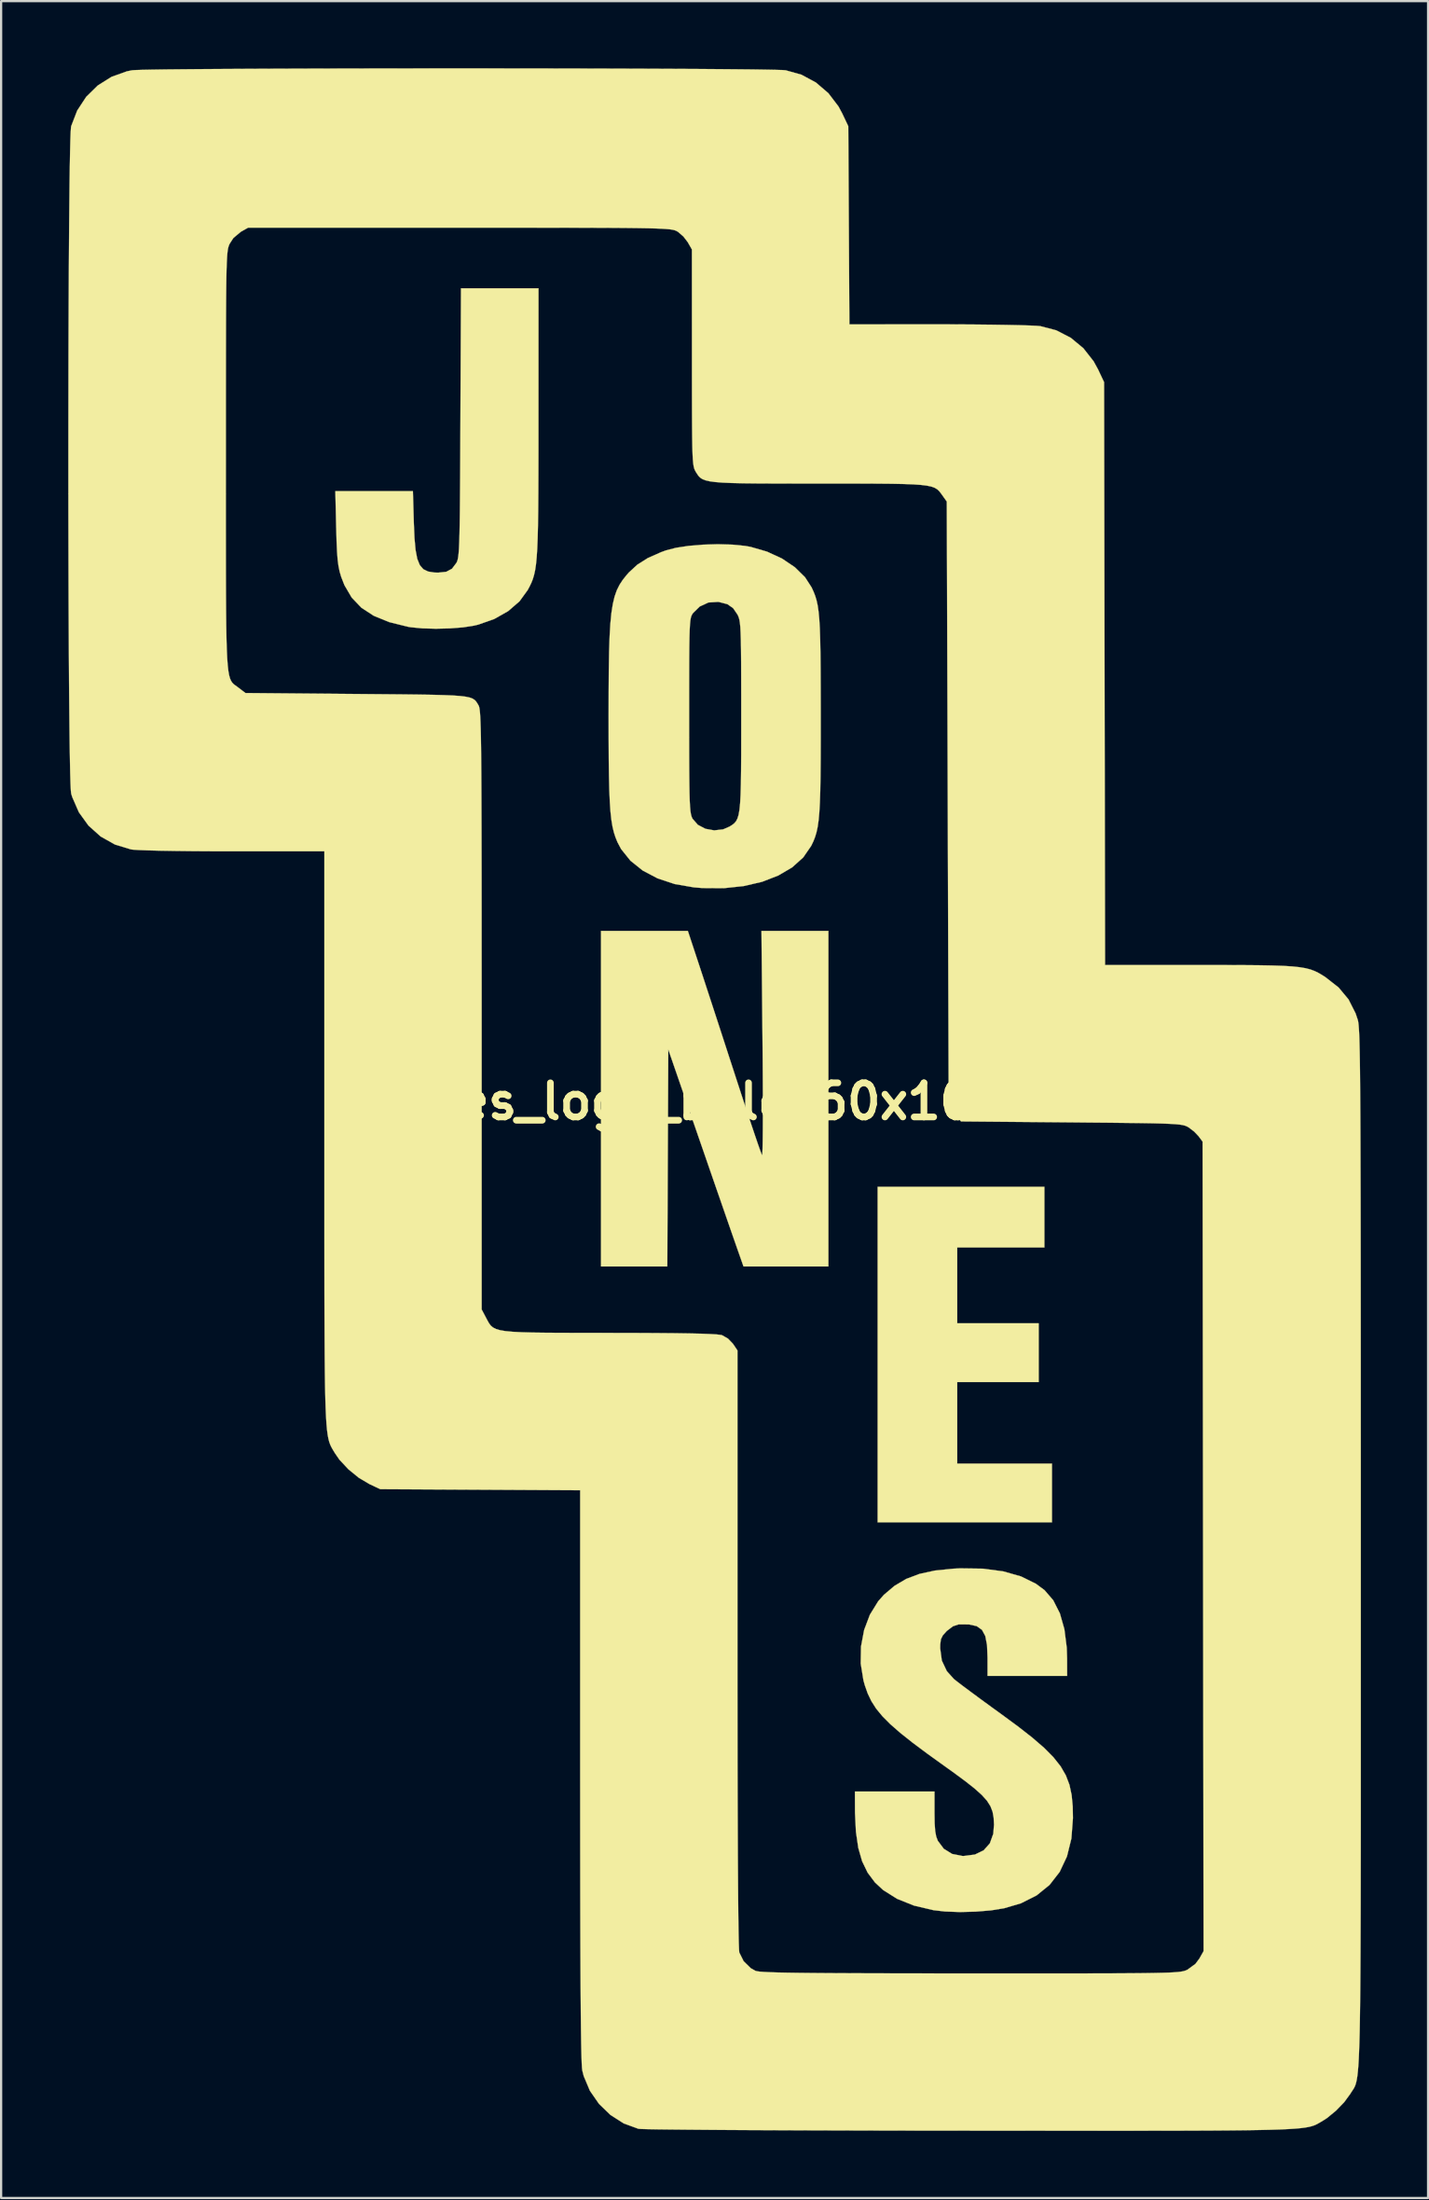
<source format=kicad_pcb>
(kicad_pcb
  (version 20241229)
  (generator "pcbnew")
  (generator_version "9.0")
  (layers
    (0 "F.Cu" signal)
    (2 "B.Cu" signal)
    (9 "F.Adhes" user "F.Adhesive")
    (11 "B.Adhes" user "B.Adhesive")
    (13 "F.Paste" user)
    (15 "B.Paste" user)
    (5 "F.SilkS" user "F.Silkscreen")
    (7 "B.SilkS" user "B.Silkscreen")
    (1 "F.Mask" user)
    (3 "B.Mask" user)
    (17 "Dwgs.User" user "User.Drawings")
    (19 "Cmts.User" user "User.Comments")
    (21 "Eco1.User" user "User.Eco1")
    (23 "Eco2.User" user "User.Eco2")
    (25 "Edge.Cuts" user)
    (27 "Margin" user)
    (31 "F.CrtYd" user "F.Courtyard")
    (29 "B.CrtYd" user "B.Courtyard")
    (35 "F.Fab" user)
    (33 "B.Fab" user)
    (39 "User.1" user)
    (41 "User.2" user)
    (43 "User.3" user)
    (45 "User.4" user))
  (footprint "Jones_logo_bold_60x101.3"
    (layer "F.Cu")
    (at 28.802 46.149)
    (property "Reference" "Jones_logo_bold_60x101.3" (at 0 0 0) (layer "F.SilkS") (effects (font (size 1.524 1.524) (thickness 0.3))))
    (attr through_hole)
    (fp_poly (pts (xy 14.817 6.519) (xy 10.922 6.519) (xy 10.922 9.906) (xy 14.563 9.906) (xy 14.563 12.531) (xy 10.922 12.531) (xy 10.922 16.171) (xy 15.155 16.171) (xy 15.155 18.796) (xy 7.366 18.796) (xy 7.366 3.81) (xy 14.817 3.81) (xy 14.817 6.519)) (stroke (width 0.01) (type solid)) (fill yes) (layer "F.SilkS"))
    (fp_poly (pts (xy -0.605 -6.075) (xy -0.463 -5.644) (xy -0.279 -5.081) (xy -0.06 -4.413) (xy 0.183 -3.668) (xy 0.442 -2.874) (xy 0.707 -2.059) (xy 0.97 -1.252) (xy 1.019 -1.101) (xy 1.257 -0.371) (xy 1.481 0.308) (xy 1.685 0.921) (xy 1.863 1.451) (xy 2.009 1.879) (xy 2.119 2.191) (xy 2.186 2.367) (xy 2.202 2.401) (xy 2.214 2.332) (xy 2.223 2.108) (xy 2.23 1.744) (xy 2.235 1.254) (xy 2.237 0.651) (xy 2.238 -0.048) (xy 2.235 -0.831) (xy 2.23 -1.681) (xy 2.223 -2.573) (xy 2.175 -7.62) (xy 5.165 -7.62) (xy 5.165 7.366) (xy 1.372 7.366) (xy 1.037 6.413) (xy 0.941 6.138) (xy 0.796 5.722) (xy 0.611 5.189) (xy 0.392 4.557) (xy 0.146 3.849) (xy -0.119 3.084) (xy -0.395 2.285) (xy -0.644 1.566) (xy -1.99 -2.328) (xy -2.012 2.519) (xy -2.033 7.366) (xy -4.995 7.366) (xy -4.995 -7.62) (xy -1.115 -7.62) (xy -0.605 -6.075)) (stroke (width 0.01) (type solid)) (fill yes) (layer "F.SilkS"))
    (fp_poly (pts (xy -7.791 -30.374) (xy -7.791 -29.154) (xy -7.793 -28.091) (xy -7.797 -27.173) (xy -7.803 -26.386) (xy -7.813 -25.718) (xy -7.827 -25.157) (xy -7.846 -24.69) (xy -7.871 -24.304) (xy -7.902 -23.988) (xy -7.941 -23.728) (xy -7.989 -23.512) (xy -8.045 -23.327) (xy -8.111 -23.161) (xy -8.188 -23.002) (xy -8.27 -22.848) (xy -8.638 -22.341) (xy -9.144 -21.904) (xy -9.764 -21.553) (xy -10.476 -21.302) (xy -10.668 -21.256) (xy -11.159 -21.179) (xy -11.748 -21.133) (xy -12.375 -21.118) (xy -12.978 -21.134) (xy -13.496 -21.184) (xy -13.631 -21.207) (xy -14.463 -21.414) (xy -15.149 -21.694) (xy -15.704 -22.056) (xy -16.137 -22.51) (xy -16.462 -23.065) (xy -16.609 -23.444) (xy -16.676 -23.674) (xy -16.726 -23.916) (xy -16.764 -24.201) (xy -16.791 -24.56) (xy -16.812 -25.026) (xy -16.828 -25.63) (xy -16.829 -25.633) (xy -16.867 -27.263) (xy -13.401 -27.263) (xy -13.36 -25.842) (xy -13.331 -25.164) (xy -13.283 -24.636) (xy -13.207 -24.24) (xy -13.094 -23.96) (xy -12.936 -23.776) (xy -12.722 -23.672) (xy -12.444 -23.627) (xy -12.267 -23.622) (xy -11.909 -23.661) (xy -11.656 -23.796) (xy -11.461 -24.053) (xy -11.452 -24.069) (xy -11.423 -24.131) (xy -11.398 -24.213) (xy -11.377 -24.327) (xy -11.358 -24.485) (xy -11.343 -24.699) (xy -11.33 -24.981) (xy -11.319 -25.344) (xy -11.31 -25.798) (xy -11.302 -26.357) (xy -11.296 -27.032) (xy -11.29 -27.836) (xy -11.285 -28.781) (xy -11.28 -29.878) (xy -11.278 -30.332) (xy -11.252 -36.322) (xy -7.789 -36.322) (xy -7.791 -30.374)) (stroke (width 0.01) (type solid)) (fill yes) (layer "F.SilkS"))
    (fp_poly (pts (xy 12.073 20.865) (xy 12.982 20.986) (xy 13.774 21.212) (xy 14.442 21.541) (xy 14.825 21.826) (xy 15.212 22.275) (xy 15.509 22.86) (xy 15.711 23.57) (xy 15.816 24.394) (xy 15.831 24.871) (xy 15.833 25.654) (xy 12.277 25.654) (xy 12.276 24.828) (xy 12.254 24.278) (xy 12.177 23.874) (xy 12.028 23.598) (xy 11.792 23.431) (xy 11.452 23.356) (xy 10.993 23.354) (xy 10.977 23.355) (xy 10.73 23.438) (xy 10.461 23.643) (xy 10.448 23.656) (xy 10.279 23.843) (xy 10.193 24.016) (xy 10.163 24.245) (xy 10.16 24.421) (xy 10.234 24.97) (xy 10.457 25.442) (xy 10.77 25.79) (xy 10.915 25.906) (xy 11.175 26.105) (xy 11.53 26.369) (xy 11.955 26.683) (xy 12.43 27.03) (xy 12.84 27.326) (xy 13.624 27.902) (xy 14.275 28.41) (xy 14.803 28.866) (xy 15.221 29.288) (xy 15.542 29.693) (xy 15.776 30.097) (xy 15.937 30.519) (xy 16.035 30.976) (xy 16.083 31.484) (xy 16.093 32.004) (xy 16.024 32.914) (xy 15.826 33.716) (xy 15.5 34.409) (xy 15.048 34.99) (xy 14.47 35.458) (xy 13.769 35.811) (xy 13.018 36.032) (xy 12.427 36.127) (xy 11.747 36.183) (xy 11.042 36.201) (xy 10.377 36.177) (xy 9.864 36.118) (xy 8.989 35.913) (xy 8.235 35.611) (xy 7.611 35.218) (xy 7.244 34.877) (xy 6.919 34.442) (xy 6.673 33.934) (xy 6.501 33.334) (xy 6.396 32.618) (xy 6.354 31.768) (xy 6.353 31.602) (xy 6.35 30.819) (xy 9.906 30.819) (xy 9.906 31.771) (xy 9.913 32.242) (xy 9.937 32.582) (xy 9.982 32.826) (xy 10.052 33.013) (xy 10.054 33.018) (xy 10.322 33.376) (xy 10.694 33.606) (xy 11.151 33.696) (xy 11.21 33.697) (xy 11.714 33.633) (xy 12.106 33.442) (xy 12.381 33.131) (xy 12.534 32.704) (xy 12.566 32.3) (xy 12.55 31.991) (xy 12.502 31.721) (xy 12.406 31.472) (xy 12.249 31.226) (xy 12.016 30.968) (xy 11.692 30.678) (xy 11.262 30.34) (xy 10.713 29.936) (xy 10.372 29.693) (xy 9.58 29.123) (xy 8.918 28.629) (xy 8.372 28.195) (xy 7.93 27.808) (xy 7.578 27.454) (xy 7.301 27.117) (xy 7.087 26.783) (xy 6.922 26.439) (xy 6.792 26.07) (xy 6.731 25.85) (xy 6.61 25.102) (xy 6.623 24.343) (xy 6.762 23.604) (xy 7.02 22.92) (xy 7.389 22.322) (xy 7.647 22.031) (xy 8.122 21.63) (xy 8.643 21.322) (xy 9.238 21.098) (xy 9.933 20.948) (xy 10.754 20.865) (xy 11.055 20.851) (xy 12.073 20.865)) (stroke (width 0.01) (type solid)) (fill yes) (layer "F.SilkS"))
    (fp_poly (pts (xy 0.871 -24.873) (xy 1.442 -24.817) (xy 1.685 -24.774) (xy 2.424 -24.56) (xy 3.093 -24.251) (xy 3.667 -23.864) (xy 4.122 -23.416) (xy 4.412 -22.968) (xy 4.499 -22.78) (xy 4.573 -22.593) (xy 4.634 -22.392) (xy 4.685 -22.161) (xy 4.725 -21.886) (xy 4.757 -21.552) (xy 4.781 -21.142) (xy 4.798 -20.642) (xy 4.81 -20.036) (xy 4.817 -19.309) (xy 4.821 -18.445) (xy 4.823 -17.43) (xy 4.823 -17.256) (xy 4.823 -16.198) (xy 4.82 -15.294) (xy 4.813 -14.529) (xy 4.802 -13.888) (xy 4.784 -13.356) (xy 4.76 -12.919) (xy 4.727 -12.56) (xy 4.685 -12.266) (xy 4.632 -12.02) (xy 4.568 -11.809) (xy 4.492 -11.616) (xy 4.401 -11.428) (xy 4.397 -11.419) (xy 4.041 -10.903) (xy 3.546 -10.459) (xy 2.927 -10.095) (xy 2.201 -9.814) (xy 1.383 -9.624) (xy 0.49 -9.529) (xy -0.463 -9.535) (xy -0.847 -9.566) (xy -1.7 -9.713) (xy -2.466 -9.966) (xy -3.132 -10.317) (xy -3.68 -10.756) (xy -4.096 -11.274) (xy -4.258 -11.579) (xy -4.346 -11.794) (xy -4.42 -12.022) (xy -4.482 -12.28) (xy -4.532 -12.582) (xy -4.572 -12.945) (xy -4.602 -13.385) (xy -4.625 -13.916) (xy -4.64 -14.555) (xy -4.65 -15.318) (xy -4.655 -16.219) (xy -4.656 -17.215) (xy -4.656 -17.245) (xy -1.058 -17.245) (xy -1.058 -16.272) (xy -1.057 -15.454) (xy -1.054 -14.776) (xy -1.049 -14.224) (xy -1.042 -13.784) (xy -1.032 -13.44) (xy -1.018 -13.178) (xy -1.001 -12.984) (xy -0.979 -12.842) (xy -0.953 -12.74) (xy -0.921 -12.661) (xy -0.905 -12.63) (xy -0.666 -12.357) (xy -0.328 -12.181) (xy 0.063 -12.111) (xy 0.461 -12.156) (xy 0.746 -12.279) (xy 0.859 -12.35) (xy 0.955 -12.424) (xy 1.035 -12.514) (xy 1.099 -12.635) (xy 1.151 -12.8) (xy 1.191 -13.025) (xy 1.221 -13.322) (xy 1.242 -13.706) (xy 1.256 -14.192) (xy 1.264 -14.793) (xy 1.269 -15.524) (xy 1.27 -16.398) (xy 1.27 -17.23) (xy 1.27 -18.185) (xy 1.268 -18.985) (xy 1.266 -19.645) (xy 1.261 -20.181) (xy 1.254 -20.608) (xy 1.243 -20.94) (xy 1.23 -21.192) (xy 1.211 -21.379) (xy 1.189 -21.517) (xy 1.16 -21.62) (xy 1.127 -21.703) (xy 1.108 -21.742) (xy 0.908 -22.036) (xy 0.652 -22.214) (xy 0.29 -22.308) (xy 0.231 -22.316) (xy -0.196 -22.289) (xy -0.586 -22.109) (xy -0.883 -21.817) (xy -0.922 -21.759) (xy -0.955 -21.693) (xy -0.982 -21.605) (xy -1.004 -21.478) (xy -1.021 -21.301) (xy -1.034 -21.056) (xy -1.044 -20.732) (xy -1.051 -20.312) (xy -1.055 -19.782) (xy -1.057 -19.129) (xy -1.058 -18.337) (xy -1.058 -17.392) (xy -1.058 -17.245) (xy -4.656 -17.245) (xy -4.654 -18.321) (xy -4.647 -19.272) (xy -4.634 -20.083) (xy -4.611 -20.769) (xy -4.577 -21.345) (xy -4.53 -21.825) (xy -4.467 -22.223) (xy -4.388 -22.555) (xy -4.289 -22.836) (xy -4.168 -23.079) (xy -4.024 -23.299) (xy -3.854 -23.512) (xy -3.75 -23.631) (xy -3.373 -23.978) (xy -2.906 -24.273) (xy -2.315 -24.535) (xy -2.094 -24.616) (xy -1.644 -24.732) (xy -1.076 -24.818) (xy -0.435 -24.872) (xy 0.23 -24.891) (xy 0.871 -24.873)) (stroke (width 0.01) (type solid)) (fill yes) (layer "F.SilkS"))
    (fp_poly (pts (xy -9.295 -46.143) (xy -7.938 -46.142) (xy -6.608 -46.139) (xy -5.317 -46.137) (xy -4.074 -46.133) (xy -2.891 -46.129) (xy -1.779 -46.124) (xy -0.749 -46.119) (xy 0.188 -46.112) (xy 1.022 -46.105) (xy 1.741 -46.098) (xy 2.335 -46.089) (xy 2.792 -46.08) (xy 3.102 -46.071) (xy 3.254 -46.06) (xy 3.255 -46.06) (xy 3.963 -45.861) (xy 4.607 -45.514) (xy 5.164 -45.037) (xy 5.614 -44.447) (xy 5.782 -44.135) (xy 6.054 -43.561) (xy 6.078 -39.137) (xy 6.103 -34.713) (xy 10.1 -34.712) (xy 10.928 -34.71) (xy 11.721 -34.705) (xy 12.46 -34.697) (xy 13.124 -34.687) (xy 13.695 -34.675) (xy 14.153 -34.661) (xy 14.478 -34.646) (xy 14.636 -34.632) (xy 15.347 -34.446) (xy 15.995 -34.112) (xy 16.558 -33.646) (xy 17.016 -33.063) (xy 17.212 -32.705) (xy 17.484 -32.131) (xy 17.528 -6.096) (xy 21.743 -6.096) (xy 22.767 -6.095) (xy 23.638 -6.093) (xy 24.37 -6.087) (xy 24.979 -6.076) (xy 25.48 -6.059) (xy 25.888 -6.034) (xy 26.219 -5.999) (xy 26.487 -5.954) (xy 26.709 -5.897) (xy 26.9 -5.825) (xy 27.075 -5.739) (xy 27.248 -5.636) (xy 27.373 -5.556) (xy 27.962 -5.095) (xy 28.407 -4.562) (xy 28.724 -3.936) (xy 28.821 -3.646) (xy 28.835 -3.589) (xy 28.847 -3.508) (xy 28.859 -3.399) (xy 28.87 -3.256) (xy 28.881 -3.073) (xy 28.89 -2.843) (xy 28.898 -2.56) (xy 28.906 -2.22) (xy 28.913 -1.816) (xy 28.92 -1.341) (xy 28.925 -0.791) (xy 28.93 -0.158) (xy 28.935 0.562) (xy 28.939 1.376) (xy 28.942 2.29) (xy 28.945 3.309) (xy 28.948 4.44) (xy 28.95 5.689) (xy 28.952 7.061) (xy 28.953 8.562) (xy 28.954 10.199) (xy 28.955 11.977) (xy 28.955 13.902) (xy 28.956 15.981) (xy 28.956 18.218) (xy 28.956 19.939) (xy 28.956 22.306) (xy 28.956 24.509) (xy 28.956 26.555) (xy 28.956 28.45) (xy 28.956 30.199) (xy 28.956 31.809) (xy 28.955 33.286) (xy 28.953 34.635) (xy 28.951 35.863) (xy 28.947 36.976) (xy 28.943 37.979) (xy 28.938 38.879) (xy 28.932 39.682) (xy 28.924 40.393) (xy 28.915 41.019) (xy 28.905 41.566) (xy 28.892 42.039) (xy 28.878 42.445) (xy 28.863 42.79) (xy 28.845 43.079) (xy 28.825 43.319) (xy 28.803 43.516) (xy 28.778 43.675) (xy 28.751 43.803) (xy 28.722 43.905) (xy 28.69 43.988) (xy 28.655 44.058) (xy 28.617 44.121) (xy 28.576 44.182) (xy 28.532 44.248) (xy 28.485 44.323) (xy 28.213 44.696) (xy 27.845 45.075) (xy 27.444 45.404) (xy 27.23 45.541) (xy 27.137 45.595) (xy 27.051 45.644) (xy 26.966 45.689) (xy 26.872 45.73) (xy 26.763 45.766) (xy 26.631 45.799) (xy 26.467 45.828) (xy 26.265 45.854) (xy 26.017 45.876) (xy 25.715 45.895) (xy 25.351 45.912) (xy 24.918 45.926) (xy 24.408 45.937) (xy 23.813 45.947) (xy 23.126 45.954) (xy 22.339 45.96) (xy 21.444 45.964) (xy 20.434 45.967) (xy 19.3 45.968) (xy 18.036 45.969) (xy 16.634 45.968) (xy 15.085 45.968) (xy 13.382 45.967) (xy 11.518 45.966) (xy 11.476 45.965) (xy 9.888 45.964) (xy 8.348 45.962) (xy 6.866 45.959) (xy 5.45 45.955) (xy 4.108 45.951) (xy 2.849 45.946) (xy 1.682 45.941) (xy 0.615 45.935) (xy -0.343 45.928) (xy -1.183 45.921) (xy -1.897 45.914) (xy -2.477 45.907) (xy -2.914 45.899) (xy -3.198 45.891) (xy -3.322 45.882) (xy -3.324 45.882) (xy -3.977 45.644) (xy -4.572 45.265) (xy -5.085 44.77) (xy -5.492 44.183) (xy -5.768 43.528) (xy -5.831 43.282) (xy -5.846 43.157) (xy -5.859 42.919) (xy -5.87 42.563) (xy -5.881 42.085) (xy -5.89 41.481) (xy -5.898 40.747) (xy -5.905 39.877) (xy -5.911 38.868) (xy -5.916 37.715) (xy -5.92 36.413) (xy -5.923 34.959) (xy -5.925 33.347) (xy -5.926 31.574) (xy -5.927 30.098) (xy -5.927 17.362) (xy -10.393 17.338) (xy -14.859 17.314) (xy -15.343 17.087) (xy -15.819 16.805) (xy -16.284 16.426) (xy -16.682 16) (xy -16.887 15.704) (xy -16.949 15.601) (xy -17.005 15.506) (xy -17.056 15.412) (xy -17.102 15.31) (xy -17.143 15.193) (xy -17.179 15.051) (xy -17.211 14.878) (xy -17.239 14.663) (xy -17.263 14.4) (xy -17.283 14.08) (xy -17.301 13.695) (xy -17.315 13.237) (xy -17.327 12.697) (xy -17.336 12.067) (xy -17.343 11.339) (xy -17.348 10.505) (xy -17.352 9.557) (xy -17.355 8.486) (xy -17.356 7.284) (xy -17.357 5.943) (xy -17.357 4.455) (xy -17.357 2.811) (xy -17.357 1.591) (xy -17.357 -11.176) (xy -21.451 -11.176) (xy -22.38 -11.178) (xy -23.237 -11.183) (xy -24.007 -11.192) (xy -24.676 -11.203) (xy -25.227 -11.217) (xy -25.647 -11.233) (xy -25.921 -11.251) (xy -26.002 -11.262) (xy -26.717 -11.479) (xy -27.355 -11.838) (xy -27.897 -12.323) (xy -28.327 -12.918) (xy -28.627 -13.606) (xy -28.672 -13.758) (xy -28.687 -13.901) (xy -28.701 -14.202) (xy -28.715 -14.651) (xy -28.727 -15.237) (xy -28.739 -15.949) (xy -28.749 -16.777) (xy -28.758 -17.71) (xy -28.767 -18.736) (xy -28.774 -19.846) (xy -28.78 -21.028) (xy -28.786 -22.272) (xy -28.79 -23.566) (xy -28.793 -24.901) (xy -28.795 -25.813) (xy -21.76 -25.813) (xy -21.759 -24.634) (xy -21.758 -23.597) (xy -21.755 -22.691) (xy -21.75 -21.908) (xy -21.743 -21.237) (xy -21.732 -20.669) (xy -21.718 -20.195) (xy -21.7 -19.805) (xy -21.677 -19.49) (xy -21.649 -19.241) (xy -21.615 -19.047) (xy -21.575 -18.9) (xy -21.528 -18.791) (xy -21.474 -18.709) (xy -21.412 -18.645) (xy -21.342 -18.59) (xy -21.263 -18.534) (xy -21.204 -18.49) (xy -20.884 -18.246) (xy -15.924 -18.203) (xy -14.86 -18.194) (xy -13.952 -18.186) (xy -13.187 -18.177) (xy -12.552 -18.167) (xy -12.034 -18.153) (xy -11.62 -18.136) (xy -11.296 -18.113) (xy -11.05 -18.083) (xy -10.869 -18.045) (xy -10.739 -17.998) (xy -10.647 -17.941) (xy -10.58 -17.872) (xy -10.525 -17.79) (xy -10.469 -17.695) (xy -10.466 -17.689) (xy -10.448 -17.648) (xy -10.432 -17.583) (xy -10.417 -17.487) (xy -10.403 -17.351) (xy -10.391 -17.169) (xy -10.381 -16.931) (xy -10.371 -16.631) (xy -10.363 -16.261) (xy -10.356 -15.813) (xy -10.35 -15.278) (xy -10.345 -14.65) (xy -10.341 -13.92) (xy -10.338 -13.08) (xy -10.335 -12.124) (xy -10.333 -11.042) (xy -10.331 -9.828) (xy -10.33 -8.473) (xy -10.33 -6.969) (xy -10.329 -5.31) (xy -10.329 -4.085) (xy -10.329 9.287) (xy -10.137 9.651) (xy -10.064 9.79) (xy -9.996 9.909) (xy -9.92 10.009) (xy -9.822 10.092) (xy -9.69 10.159) (xy -9.508 10.213) (xy -9.266 10.254) (xy -8.948 10.284) (xy -8.542 10.305) (xy -8.034 10.319) (xy -7.412 10.327) (xy -6.662 10.331) (xy -5.77 10.333) (xy -4.723 10.334) (xy -4.616 10.334) (xy -3.491 10.336) (xy -2.527 10.341) (xy -1.715 10.348) (xy -1.046 10.358) (xy -0.513 10.37) (xy -0.105 10.386) (xy 0.184 10.404) (xy 0.365 10.426) (xy 0.42 10.44) (xy 0.681 10.591) (xy 0.902 10.821) (xy 0.907 10.829) (xy 1.101 11.116) (xy 1.101 24.418) (xy 1.101 26.284) (xy 1.103 28.028) (xy 1.105 29.644) (xy 1.109 31.131) (xy 1.114 32.483) (xy 1.119 33.697) (xy 1.126 34.769) (xy 1.133 35.696) (xy 1.141 36.472) (xy 1.15 37.095) (xy 1.16 37.561) (xy 1.171 37.865) (xy 1.182 38.004) (xy 1.183 38.008) (xy 1.378 38.398) (xy 1.696 38.709) (xy 1.905 38.827) (xy 1.973 38.845) (xy 2.095 38.862) (xy 2.282 38.876) (xy 2.54 38.889) (xy 2.878 38.9) (xy 3.306 38.909) (xy 3.832 38.917) (xy 4.464 38.924) (xy 5.211 38.93) (xy 6.081 38.934) (xy 7.084 38.938) (xy 8.227 38.94) (xy 9.519 38.942) (xy 10.969 38.943) (xy 11.509 38.943) (xy 12.968 38.944) (xy 14.267 38.944) (xy 15.416 38.944) (xy 16.425 38.943) (xy 17.303 38.941) (xy 18.06 38.939) (xy 18.706 38.935) (xy 19.25 38.93) (xy 19.701 38.923) (xy 20.071 38.915) (xy 20.367 38.906) (xy 20.601 38.894) (xy 20.781 38.88) (xy 20.917 38.864) (xy 21.019 38.845) (xy 21.097 38.824) (xy 21.159 38.8) (xy 21.209 38.777) (xy 21.564 38.519) (xy 21.744 38.278) (xy 21.93 37.948) (xy 21.908 19.869) (xy 21.886 1.79) (xy 21.708 1.551) (xy 21.509 1.342) (xy 21.263 1.155) (xy 21.242 1.143) (xy 21.176 1.107) (xy 21.099 1.077) (xy 20.997 1.051) (xy 20.858 1.029) (xy 20.666 1.011) (xy 20.41 0.996) (xy 20.075 0.983) (xy 19.647 0.972) (xy 19.114 0.963) (xy 18.461 0.955) (xy 17.675 0.946) (xy 16.742 0.938) (xy 16.025 0.931) (xy 11.094 0.889) (xy 10.541 0.335) (xy 10.499 -13.231) (xy 10.456 -26.797) (xy 10.268 -27.062) (xy 10.188 -27.173) (xy 10.111 -27.268) (xy 10.024 -27.348) (xy 9.913 -27.413) (xy 9.764 -27.467) (xy 9.564 -27.509) (xy 9.3 -27.541) (xy 8.958 -27.565) (xy 8.525 -27.581) (xy 7.987 -27.592) (xy 7.331 -27.598) (xy 6.543 -27.601) (xy 5.611 -27.601) (xy 4.747 -27.601) (xy 3.682 -27.601) (xy 2.773 -27.603) (xy 2.007 -27.606) (xy 1.37 -27.613) (xy 0.85 -27.625) (xy 0.433 -27.643) (xy 0.106 -27.669) (xy -0.145 -27.703) (xy -0.332 -27.747) (xy -0.469 -27.802) (xy -0.569 -27.87) (xy -0.646 -27.951) (xy -0.712 -28.048) (xy -0.76 -28.125) (xy -0.796 -28.19) (xy -0.827 -28.263) (xy -0.853 -28.359) (xy -0.874 -28.491) (xy -0.891 -28.673) (xy -0.904 -28.92) (xy -0.914 -29.243) (xy -0.921 -29.658) (xy -0.926 -30.178) (xy -0.929 -30.817) (xy -0.931 -31.588) (xy -0.932 -32.505) (xy -0.932 -33.232) (xy -0.934 -38.058) (xy -1.123 -38.388) (xy -1.314 -38.636) (xy -1.55 -38.84) (xy -1.607 -38.874) (xy -1.659 -38.899) (xy -1.723 -38.921) (xy -1.808 -38.94) (xy -1.925 -38.957) (xy -2.083 -38.971) (xy -2.292 -38.984) (xy -2.56 -38.995) (xy -2.898 -39.004) (xy -3.315 -39.011) (xy -3.821 -39.017) (xy -4.425 -39.022) (xy -5.137 -39.025) (xy -5.966 -39.028) (xy -6.922 -39.029) (xy -8.014 -39.031) (xy -9.252 -39.031) (xy -10.646 -39.031) (xy -11.332 -39.031) (xy -20.763 -39.031) (xy -21.092 -38.846) (xy -21.423 -38.569) (xy -21.59 -38.312) (xy -21.616 -38.254) (xy -21.64 -38.189) (xy -21.661 -38.109) (xy -21.679 -38.002) (xy -21.695 -37.86) (xy -21.708 -37.673) (xy -21.72 -37.431) (xy -21.73 -37.124) (xy -21.738 -36.743) (xy -21.744 -36.278) (xy -21.749 -35.719) (xy -21.753 -35.057) (xy -21.755 -34.283) (xy -21.757 -33.385) (xy -21.758 -32.356) (xy -21.759 -31.184) (xy -21.759 -29.861) (xy -21.759 -28.63) (xy -21.76 -27.142) (xy -21.76 -25.813) (xy -28.795 -25.813) (xy -28.796 -26.265) (xy -28.797 -27.648) (xy -28.797 -29.039) (xy -28.796 -30.426) (xy -28.794 -31.8) (xy -28.792 -33.15) (xy -28.788 -34.464) (xy -28.783 -35.732) (xy -28.777 -36.944) (xy -28.77 -38.088) (xy -28.762 -39.153) (xy -28.753 -40.13) (xy -28.744 -41.007) (xy -28.733 -41.773) (xy -28.721 -42.418) (xy -28.708 -42.931) (xy -28.694 -43.3) (xy -28.679 -43.516) (xy -28.672 -43.561) (xy -28.402 -44.261) (xy -28 -44.874) (xy -27.483 -45.381) (xy -26.871 -45.766) (xy -26.181 -46.013) (xy -25.946 -46.06) (xy -25.797 -46.07) (xy -25.49 -46.08) (xy -25.035 -46.089) (xy -24.444 -46.098) (xy -23.727 -46.105) (xy -22.895 -46.112) (xy -21.959 -46.118) (xy -20.931 -46.124) (xy -19.82 -46.129) (xy -18.639 -46.133) (xy -17.397 -46.137) (xy -16.106 -46.139) (xy -14.777 -46.142) (xy -13.42 -46.143) (xy -12.047 -46.144) (xy -10.669 -46.144) (xy -9.295 -46.143)) (stroke (width 0.01) (type solid)) (fill yes) (layer "F.SilkS")))
  (gr_rect
    (start -3 -3)
    (end 60.764 95.122)
    (stroke (width 0.1) (type default))
    (fill no)
    (layer "Edge.Cuts")))
</source>
